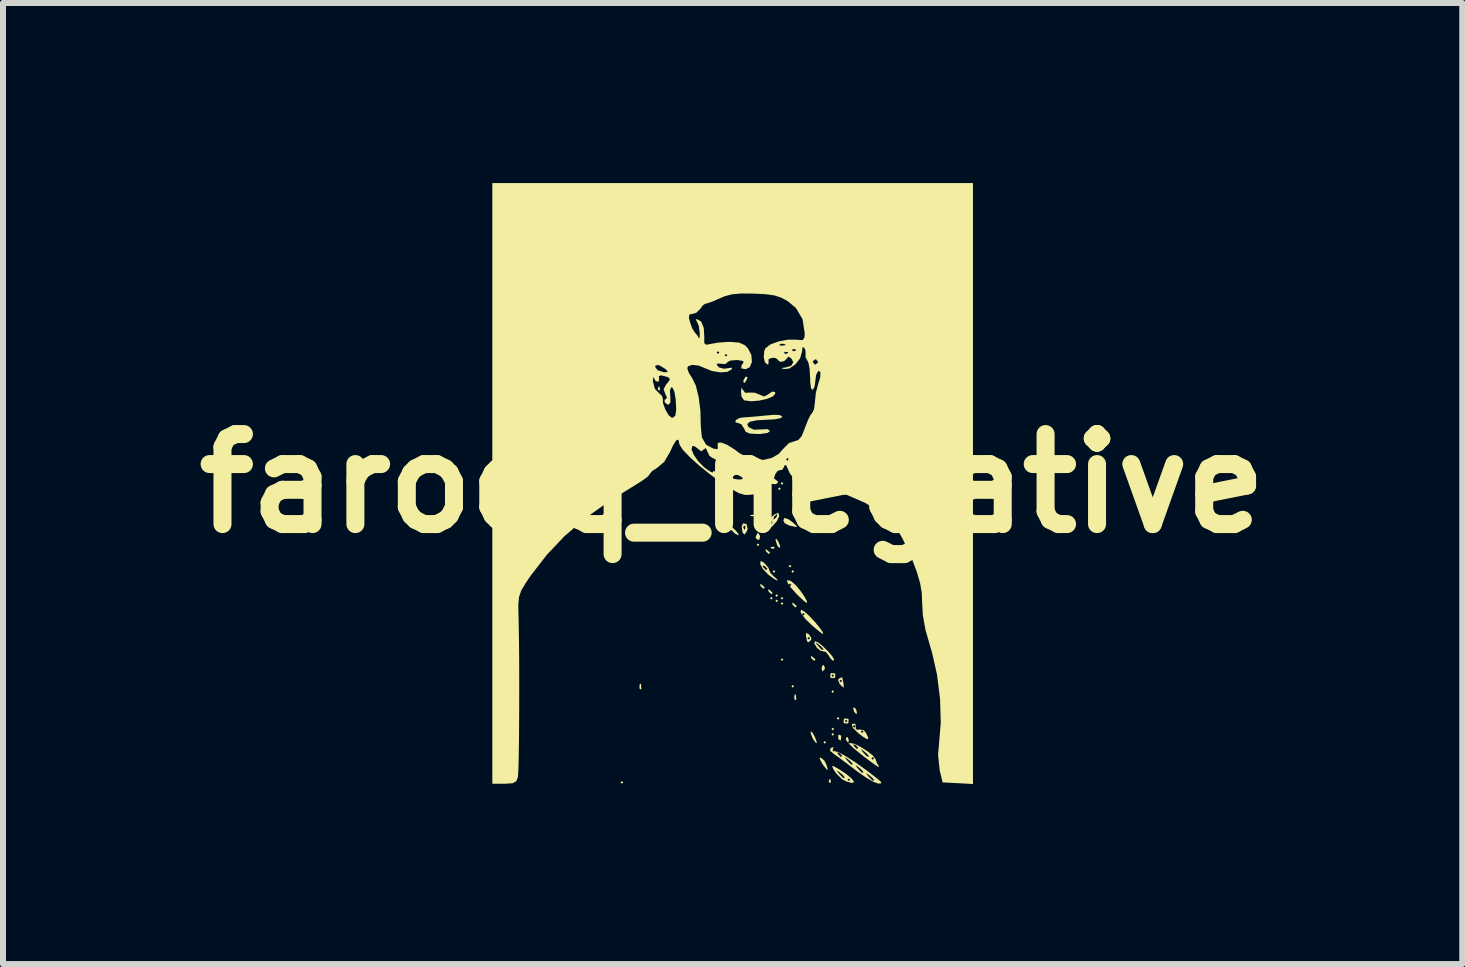
<source format=kicad_pcb>
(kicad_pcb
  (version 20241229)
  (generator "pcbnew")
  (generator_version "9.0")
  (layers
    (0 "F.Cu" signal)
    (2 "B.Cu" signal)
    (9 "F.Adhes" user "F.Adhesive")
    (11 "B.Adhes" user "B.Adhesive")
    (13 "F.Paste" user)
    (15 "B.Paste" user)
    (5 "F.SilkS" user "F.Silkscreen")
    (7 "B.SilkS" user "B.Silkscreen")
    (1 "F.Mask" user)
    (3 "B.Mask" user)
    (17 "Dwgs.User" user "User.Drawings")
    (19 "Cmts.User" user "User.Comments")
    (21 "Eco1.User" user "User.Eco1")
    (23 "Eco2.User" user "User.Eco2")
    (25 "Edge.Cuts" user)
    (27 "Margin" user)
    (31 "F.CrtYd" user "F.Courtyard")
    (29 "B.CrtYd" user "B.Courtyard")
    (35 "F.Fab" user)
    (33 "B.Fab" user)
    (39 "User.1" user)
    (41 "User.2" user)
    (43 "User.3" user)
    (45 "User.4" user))
  (footprint "farooq_negative"
    (layer "F.Cu")
    (at 9.157 5.004)
    (property "Reference" "farooq_negative" (at 0 0 0) (layer "F.SilkS") (effects (font (size 1.5 1.5) (thickness 0.3))))
    (attr board_only exclude_from_pos_files exclude_from_bom)
    (fp_poly (pts (xy -1.824 4.982) (xy -1.846 5.004) (xy -1.868 4.982) (xy -1.846 4.96)) (stroke (width 0) (type solid)) (fill yes) (layer "F.SilkS"))
    (fp_poly (pts (xy 0.445 1.023) (xy 0.423 1.045) (xy 0.4 1.023) (xy 0.423 1.001)) (stroke (width 0) (type solid)) (fill yes) (layer "F.SilkS"))
    (fp_poly (pts (xy 0.667 1.913) (xy 0.645 1.935) (xy 0.623 1.913) (xy 0.645 1.891)) (stroke (width 0) (type solid)) (fill yes) (layer "F.SilkS"))
    (fp_poly (pts (xy 0.712 1.468) (xy 0.689 1.49) (xy 0.667 1.468) (xy 0.689 1.446)) (stroke (width 0) (type solid)) (fill yes) (layer "F.SilkS"))
    (fp_poly (pts (xy 0.756 1.868) (xy 0.734 1.891) (xy 0.712 1.868) (xy 0.734 1.846)) (stroke (width 0) (type solid)) (fill yes) (layer "F.SilkS"))
    (fp_poly (pts (xy 0.756 1.957) (xy 0.734 1.98) (xy 0.712 1.957) (xy 0.734 1.935)) (stroke (width 0) (type solid)) (fill yes) (layer "F.SilkS"))
    (fp_poly (pts (xy 0.801 0.089) (xy 0.778 0.111) (xy 0.756 0.089) (xy 0.778 0.067)) (stroke (width 0) (type solid)) (fill yes) (layer "F.SilkS"))
    (fp_poly (pts (xy 0.845 0) (xy 0.823 0.022) (xy 0.801 0) (xy 0.823 -0.022)) (stroke (width 0) (type solid)) (fill yes) (layer "F.SilkS"))
    (fp_poly (pts (xy 0.845 1.913) (xy 0.823 1.935) (xy 0.801 1.913) (xy 0.823 1.891)) (stroke (width 0) (type solid)) (fill yes) (layer "F.SilkS"))
    (fp_poly (pts (xy 0.845 2.002) (xy 0.823 2.024) (xy 0.801 2.002) (xy 0.823 1.98)) (stroke (width 0) (type solid)) (fill yes) (layer "F.SilkS"))
    (fp_poly (pts (xy 0.845 2.936) (xy 0.823 2.958) (xy 0.801 2.936) (xy 0.823 2.914)) (stroke (width 0) (type solid)) (fill yes) (layer "F.SilkS"))
    (fp_poly (pts (xy 0.979 1.379) (xy 0.956 1.401) (xy 0.934 1.379) (xy 0.956 1.357)) (stroke (width 0) (type solid)) (fill yes) (layer "F.SilkS"))
    (fp_poly (pts (xy 1.023 1.468) (xy 1.001 1.49) (xy 0.979 1.468) (xy 1.001 1.446)) (stroke (width 0) (type solid)) (fill yes) (layer "F.SilkS"))
    (fp_poly (pts (xy 1.023 3.381) (xy 1.001 3.403) (xy 0.979 3.381) (xy 1.001 3.358)) (stroke (width 0) (type solid)) (fill yes) (layer "F.SilkS"))
    (fp_poly (pts (xy 1.557 4.315) (xy 1.535 4.337) (xy 1.512 4.315) (xy 1.535 4.293)) (stroke (width 0) (type solid)) (fill yes) (layer "F.SilkS"))
    (fp_poly (pts (xy 1.69 3.47) (xy 1.668 3.492) (xy 1.646 3.47) (xy 1.668 3.447)) (stroke (width 0) (type solid)) (fill yes) (layer "F.SilkS"))
    (fp_poly (pts (xy 1.69 4.092) (xy 1.668 4.115) (xy 1.646 4.092) (xy 1.668 4.07)) (stroke (width 0) (type solid)) (fill yes) (layer "F.SilkS"))
    (fp_poly (pts (xy 1.69 4.181) (xy 1.668 4.204) (xy 1.646 4.181) (xy 1.668 4.159)) (stroke (width 0) (type solid)) (fill yes) (layer "F.SilkS"))
    (fp_poly (pts (xy 1.779 3.915) (xy 1.757 3.937) (xy 1.735 3.915) (xy 1.757 3.892)) (stroke (width 0) (type solid)) (fill yes) (layer "F.SilkS"))
    (fp_poly (pts (xy 1.933 4.333) (xy 1.933 4.334) (xy 1.93 4.334) (xy 1.929 4.329)) (stroke (width 0) (type solid)) (fill yes) (layer "F.SilkS"))
    (fp_poly (pts (xy -1.527 3.35) (xy -1.521 3.42) (xy -1.53 3.435) (xy -1.55 3.422) (xy -1.553 3.377) (xy -1.543 3.33)) (stroke (width 0) (type solid)) (fill yes) (layer "F.SilkS"))
    (fp_poly (pts (xy -1.216 -1.609) (xy -1.211 -1.556) (xy -1.216 -1.55) (xy -1.242 -1.556) (xy -1.246 -1.579) (xy -1.229 -1.616)) (stroke (width 0) (type solid)) (fill yes) (layer "F.SilkS"))
    (fp_poly (pts (xy 0.411 0.527) (xy 0.417 0.543) (xy 0.356 0.549) (xy 0.293 0.542) (xy 0.3 0.527) (xy 0.391 0.521)) (stroke (width 0) (type solid)) (fill yes) (layer "F.SilkS"))
    (fp_poly (pts (xy 0.697 1.06) (xy 0.691 1.087) (xy 0.667 1.09) (xy 0.631 1.074) (xy 0.638 1.06) (xy 0.69 1.055)) (stroke (width 0) (type solid)) (fill yes) (layer "F.SilkS"))
    (fp_poly (pts (xy 1.054 3.528) (xy 1.059 3.598) (xy 1.05 3.613) (xy 1.03 3.6) (xy 1.027 3.555) (xy 1.037 3.507)) (stroke (width 0) (type solid)) (fill yes) (layer "F.SilkS"))
    (fp_poly (pts (xy 1.631 4.93) (xy 1.636 4.983) (xy 1.631 4.99) (xy 1.605 4.983) (xy 1.601 4.96) (xy 1.618 4.923)) (stroke (width 0) (type solid)) (fill yes) (layer "F.SilkS"))
    (fp_poly (pts (xy 0.247 -1.772) (xy 0.239 -1.737) (xy 0.203 -1.675) (xy 0.18 -1.685) (xy 0.178 -1.71) (xy 0.21 -1.77) (xy 0.222 -1.779)) (stroke (width 0) (type solid)) (fill yes) (layer "F.SilkS"))
    (fp_poly (pts (xy 0.482 1.686) (xy 0.53 1.727) (xy 0.534 1.737) (xy 0.513 1.756) (xy 0.469 1.715) (xy 0.463 1.706) (xy 0.458 1.675)) (stroke (width 0) (type solid)) (fill yes) (layer "F.SilkS"))
    (fp_poly (pts (xy 0.571 1.108) (xy 0.619 1.149) (xy 0.623 1.159) (xy 0.602 1.177) (xy 0.558 1.137) (xy 0.552 1.127) (xy 0.547 1.097)) (stroke (width 0) (type solid)) (fill yes) (layer "F.SilkS"))
    (fp_poly (pts (xy 0.616 1.775) (xy 0.664 1.82) (xy 0.654 1.846) (xy 0.648 1.846) (xy 0.61 1.814) (xy 0.596 1.795) (xy 0.591 1.764)) (stroke (width 0) (type solid)) (fill yes) (layer "F.SilkS"))
    (fp_poly (pts (xy 0.762 0.971) (xy 0.791 1.045) (xy 0.788 1.073) (xy 0.758 1.057) (xy 0.739 1.021) (xy 0.714 0.937) (xy 0.725 0.92)) (stroke (width 0) (type solid)) (fill yes) (layer "F.SilkS"))
    (fp_poly (pts (xy 1.016 1.998) (xy 1.064 2.039) (xy 1.068 2.049) (xy 1.046 2.067) (xy 1.003 2.026) (xy 0.997 2.017) (xy 0.991 1.987)) (stroke (width 0) (type solid)) (fill yes) (layer "F.SilkS"))
    (fp_poly (pts (xy 1.328 2.887) (xy 1.375 2.929) (xy 1.379 2.939) (xy 1.358 2.957) (xy 1.314 2.916) (xy 1.308 2.907) (xy 1.303 2.876)) (stroke (width 0) (type solid)) (fill yes) (layer "F.SilkS"))
    (fp_poly (pts (xy 1.521 3.03) (xy 1.539 3.081) (xy 1.533 3.095) (xy 1.496 3.134) (xy 1.483 3.088) (xy 1.483 3.071) (xy 1.502 3.027)) (stroke (width 0) (type solid)) (fill yes) (layer "F.SilkS"))
    (fp_poly (pts (xy 1.804 4.2) (xy 1.809 4.228) (xy 1.799 4.288) (xy 1.767 4.264) (xy 1.759 4.251) (xy 1.761 4.195) (xy 1.771 4.186)) (stroke (width 0) (type solid)) (fill yes) (layer "F.SilkS"))
    (fp_poly (pts (xy 1.917 4.229) (xy 1.937 4.282) (xy 1.928 4.303) (xy 1.929 4.329) (xy 1.887 4.272) (xy 1.885 4.267) (xy 1.898 4.225)) (stroke (width 0) (type solid)) (fill yes) (layer "F.SilkS"))
    (fp_poly (pts (xy 2.045 3.747) (xy 2.062 3.779) (xy 2.073 3.842) (xy 2.043 3.83) (xy 2.022 3.8) (xy 2.008 3.742) (xy 2.014 3.732)) (stroke (width 0) (type solid)) (fill yes) (layer "F.SilkS"))
    (fp_poly (pts (xy 0.447 0.857) (xy 0.458 0.882) (xy 0.447 0.934) (xy 0.423 0.942) (xy 0.383 0.91) (xy 0.387 0.882) (xy 0.415 0.829) (xy 0.423 0.823)) (stroke (width 0) (type solid)) (fill yes) (layer "F.SilkS"))
    (fp_poly (pts (xy 1.331 4.154) (xy 1.371 4.226) (xy 1.403 4.316) (xy 1.391 4.331) (xy 1.344 4.266) (xy 1.332 4.244) (xy 1.301 4.166) (xy 1.301 4.133)) (stroke (width 0) (type solid)) (fill yes) (layer "F.SilkS"))
    (fp_poly (pts (xy -0.024 0.718) (xy 0.044 0.778) (xy 0.096 0.841) (xy 0.096 0.867) (xy 0.096 0.867) (xy 0.041 0.838) (xy -0.022 0.778) (xy -0.071 0.714) (xy -0.074 0.689)) (stroke (width 0) (type solid)) (fill yes) (layer "F.SilkS"))
    (fp_poly (pts (xy 1.47 4.568) (xy 1.529 4.621) (xy 1.562 4.684) (xy 1.586 4.766) (xy 1.568 4.769) (xy 1.511 4.696) (xy 1.491 4.666) (xy 1.449 4.586) (xy 1.467 4.567)) (stroke (width 0) (type solid)) (fill yes) (layer "F.SilkS"))
    (fp_poly (pts (xy 0.926 0.596) (xy 0.932 0.599) (xy 0.99 0.64) (xy 1.045 0.689) (xy 1.074 0.725) (xy 1.059 0.728) (xy 1.01 0.716) (xy 0.945 0.703) (xy 0.867 0.663) (xy 0.845 0.618) (xy 0.862 0.576)) (stroke (width 0) (type solid)) (fill yes) (layer "F.SilkS"))
    (fp_poly (pts (xy 1.7 3.165) (xy 1.71 3.177) (xy 1.706 3.235) (xy 1.694 3.245) (xy 1.636 3.24) (xy 1.626 3.229) (xy 1.628 3.203) (xy 1.646 3.203) (xy 1.668 3.225) (xy 1.69 3.203) (xy 1.668 3.181) (xy 1.646 3.203) (xy 1.628 3.203) (xy 1.63 3.171) (xy 1.642 3.161)) (stroke (width 0) (type solid)) (fill yes) (layer "F.SilkS"))
    (fp_poly (pts (xy 1.923 3.921) (xy 1.933 3.933) (xy 1.928 3.991) (xy 1.917 4.001) (xy 1.858 3.997) (xy 1.848 3.985) (xy 1.85 3.959) (xy 1.868 3.959) (xy 1.891 3.981) (xy 1.913 3.959) (xy 1.891 3.937) (xy 1.868 3.959) (xy 1.85 3.959) (xy 1.853 3.927) (xy 1.865 3.917)) (stroke (width 0) (type solid)) (fill yes) (layer "F.SilkS"))
    (fp_poly (pts (xy 1.267 2.512) (xy 1.271 2.516) (xy 1.312 2.578) (xy 1.309 2.607) (xy 1.266 2.646) (xy 1.242 2.636) (xy 1.232 2.589) (xy 1.23 2.58) (xy 1.246 2.58) (xy 1.268 2.602) (xy 1.29 2.58) (xy 1.268 2.558) (xy 1.246 2.58) (xy 1.23 2.58) (xy 1.223 2.544) (xy 1.223 2.491)) (stroke (width 0) (type solid)) (fill yes) (layer "F.SilkS"))
    (fp_poly (pts (xy 1.827 3.234) (xy 1.846 3.329) (xy 1.851 3.394) (xy 1.848 3.403) (xy 1.813 3.374) (xy 1.783 3.34) (xy 1.763 3.292) (xy 1.779 3.292) (xy 1.802 3.314) (xy 1.824 3.292) (xy 1.802 3.27) (xy 1.779 3.292) (xy 1.763 3.292) (xy 1.756 3.274) (xy 1.777 3.249) (xy 1.823 3.231)) (stroke (width 0) (type solid)) (fill yes) (layer "F.SilkS"))
    (fp_poly (pts (xy 0.226 0.676) (xy 0.232 0.681) (xy 0.251 0.758) (xy 0.234 0.801) (xy 0.197 0.854) (xy 0.172 0.827) (xy 0.162 0.802) (xy 0.153 0.734) (xy 0.178 0.734) (xy 0.194 0.771) (xy 0.208 0.764) (xy 0.213 0.711) (xy 0.208 0.704) (xy 0.181 0.71) (xy 0.178 0.734) (xy 0.153 0.734) (xy 0.15 0.716) (xy 0.176 0.666)) (stroke (width 0) (type solid)) (fill yes) (layer "F.SilkS"))
    (fp_poly (pts (xy 0.96 1.623) (xy 0.985 1.637) (xy 1.049 1.693) (xy 1.124 1.783) (xy 1.192 1.88) (xy 1.236 1.959) (xy 1.239 1.994) (xy 1.202 1.971) (xy 1.124 1.901) (xy 1.069 1.847) (xy 0.967 1.733) (xy 0.948 1.704) (xy 0.956 1.713) (xy 0.979 1.69) (xy 0.956 1.668) (xy 0.937 1.688) (xy 0.912 1.651) (xy 0.908 1.611)) (stroke (width 0) (type solid)) (fill yes) (layer "F.SilkS"))
    (fp_poly (pts (xy 0.162 -1.574) (xy 0.164 -1.566) (xy 0.211 -1.508) (xy 0.268 -1.513) (xy 0.369 -1.511) (xy 0.441 -1.482) (xy 0.524 -1.448) (xy 0.585 -1.479) (xy 0.586 -1.48) (xy 0.658 -1.529) (xy 0.706 -1.522) (xy 0.712 -1.499) (xy 0.672 -1.45) (xy 0.572 -1.408) (xy 0.44 -1.379) (xy 0.306 -1.368) (xy 0.197 -1.383) (xy 0.189 -1.386) (xy 0.149 -1.442) (xy 0.139 -1.527) (xy 0.147 -1.595)) (stroke (width 0) (type solid)) (fill yes) (layer "F.SilkS"))
    (fp_poly (pts (xy 1.202 2.141) (xy 1.275 2.207) (xy 1.368 2.305) (xy 1.448 2.402) (xy 1.5 2.477) (xy 1.507 2.511) (xy 1.503 2.512) (xy 1.465 2.484) (xy 1.381 2.416) (xy 1.316 2.36) (xy 1.213 2.26) (xy 1.152 2.18) (xy 1.157 2.18) (xy 1.179 2.202) (xy 1.201 2.18) (xy 1.179 2.157) (xy 1.157 2.18) (xy 1.152 2.18) (xy 1.144 2.17) (xy 1.13 2.134) (xy 1.142 2.105)) (stroke (width 0) (type solid)) (fill yes) (layer "F.SilkS"))
    (fp_poly (pts (xy 0.506 1.311) (xy 0.539 1.34) (xy 0.598 1.408) (xy 0.61 1.448) (xy 0.634 1.499) (xy 0.689 1.552) (xy 0.745 1.603) (xy 0.749 1.622) (xy 0.698 1.597) (xy 0.611 1.533) (xy 0.589 1.515) (xy 0.504 1.426) (xy 0.473 1.369) (xy 0.496 1.369) (xy 0.507 1.394) (xy 0.552 1.442) (xy 0.578 1.432) (xy 0.578 1.426) (xy 0.547 1.388) (xy 0.527 1.375) (xy 0.496 1.369) (xy 0.473 1.369) (xy 0.461 1.348) (xy 0.46 1.337) (xy 0.468 1.292)) (stroke (width 0) (type solid)) (fill yes) (layer "F.SilkS"))
    (fp_poly (pts (xy 1.418 2.646) (xy 1.497 2.708) (xy 1.584 2.792) (xy 1.657 2.876) (xy 1.69 2.934) (xy 1.69 2.937) (xy 1.672 2.958) (xy 1.628 2.914) (xy 1.601 2.868) (xy 1.55 2.806) (xy 1.516 2.8) (xy 1.463 2.788) (xy 1.404 2.739) (xy 1.361 2.666) (xy 1.366 2.647) (xy 1.382 2.647) (xy 1.393 2.67) (xy 1.418 2.702) (xy 1.483 2.772) (xy 1.512 2.771) (xy 1.512 2.763) (xy 1.482 2.726) (xy 1.435 2.686) (xy 1.382 2.647) (xy 1.366 2.647) (xy 1.372 2.629)) (stroke (width 0) (type solid)) (fill yes) (layer "F.SilkS"))
    (fp_poly (pts (xy 0.763 0.493) (xy 0.776 0.546) (xy 0.737 0.629) (xy 0.659 0.717) (xy 0.636 0.735) (xy 0.583 0.773) (xy 0.593 0.755) (xy 0.612 0.734) (xy 0.662 0.659) (xy 0.657 0.621) (xy 0.603 0.64) (xy 0.589 0.649) (xy 0.564 0.66) (xy 0.595 0.616) (xy 0.611 0.598) (xy 0.678 0.598) (xy 0.684 0.601) (xy 0.725 0.569) (xy 0.734 0.556) (xy 0.745 0.514) (xy 0.739 0.512) (xy 0.699 0.543) (xy 0.689 0.556) (xy 0.678 0.598) (xy 0.611 0.598) (xy 0.618 0.589) (xy 0.697 0.517) (xy 0.756 0.491)) (stroke (width 0) (type solid)) (fill yes) (layer "F.SilkS"))
    (fp_poly (pts (xy 0.783 -1.139) (xy 0.83 -1.112) (xy 0.799 -1.086) (xy 0.698 -1.067) (xy 0.602 -1.062) (xy 0.403 -1.051) (xy 0.285 -1.027) (xy 0.243 -0.988) (xy 0.265 -0.937) (xy 0.356 -0.894) (xy 0.47 -0.899) (xy 0.583 -0.904) (xy 0.623 -0.873) (xy 0.582 -0.841) (xy 0.471 -0.824) (xy 0.418 -0.823) (xy 0.287 -0.83) (xy 0.219 -0.859) (xy 0.191 -0.912) (xy 0.146 -0.984) (xy 0.106 -1.001) (xy 0.046 -1.018) (xy 0.052 -1.054) (xy 0.11 -1.087) (xy 0.167 -1.098) (xy 0.322 -1.109) (xy 0.526 -1.128) (xy 0.686 -1.143)) (stroke (width 0) (type solid)) (fill yes) (layer "F.SilkS"))
    (fp_poly (pts (xy 2.052 4.074) (xy 2.05 4.087) (xy 2.076 4.107) (xy 2.11 4.1) (xy 2.185 4.113) (xy 2.227 4.165) (xy 2.262 4.247) (xy 2.243 4.264) (xy 2.166 4.218) (xy 2.095 4.163) (xy 2.069 4.137) (xy 2.135 4.137) (xy 2.157 4.159) (xy 2.18 4.137) (xy 2.157 4.115) (xy 2.135 4.137) (xy 2.069 4.137) (xy 2.002 4.072) (xy 1.995 4.048) (xy 2.002 4.048) (xy 2.024 4.07) (xy 2.046 4.048) (xy 2.024 4.026) (xy 2.002 4.048) (xy 1.995 4.048) (xy 1.986 4.016) (xy 1.995 4.008) (xy 2.045 4.003)) (stroke (width 0) (type solid)) (fill yes) (layer "F.SilkS"))
    (fp_poly (pts (xy 1.742 4.745) (xy 1.778 4.766) (xy 1.892 4.842) (xy 1.978 4.914) (xy 1.983 4.919) (xy 2.023 4.973) (xy 1.998 4.989) (xy 1.979 4.99) (xy 1.891 4.965) (xy 1.841 4.938) (xy 1.913 4.938) (xy 1.935 4.96) (xy 1.957 4.938) (xy 1.935 4.915) (xy 1.913 4.938) (xy 1.841 4.938) (xy 1.823 4.928) (xy 1.73 4.838) (xy 1.692 4.782) (xy 1.738 4.782) (xy 1.749 4.805) (xy 1.774 4.838) (xy 1.839 4.907) (xy 1.868 4.906) (xy 1.868 4.899) (xy 1.838 4.861) (xy 1.79 4.821) (xy 1.738 4.782) (xy 1.692 4.782) (xy 1.686 4.775) (xy 1.658 4.717) (xy 1.672 4.707)) (stroke (width 0) (type solid)) (fill yes) (layer "F.SilkS"))
    (fp_poly (pts (xy 2.028 4.339) (xy 2.131 4.39) (xy 2.244 4.461) (xy 2.336 4.534) (xy 2.38 4.591) (xy 2.381 4.595) (xy 2.402 4.657) (xy 2.417 4.682) (xy 2.438 4.718) (xy 2.432 4.727) (xy 2.388 4.7) (xy 2.294 4.632) (xy 2.227 4.582) (xy 2.313 4.582) (xy 2.335 4.604) (xy 2.358 4.582) (xy 2.335 4.56) (xy 2.313 4.582) (xy 2.227 4.582) (xy 2.16 4.531) (xy 2.031 4.426) (xy 2.138 4.426) (xy 2.149 4.449) (xy 2.174 4.482) (xy 2.239 4.551) (xy 2.268 4.551) (xy 2.269 4.543) (xy 2.238 4.506) (xy 2.191 4.465) (xy 2.138 4.426) (xy 2.031 4.426) (xy 2.03 4.426) (xy 1.95 4.35) (xy 2.009 4.35) (xy 2.02 4.375) (xy 2.065 4.422) (xy 2.09 4.413) (xy 2.091 4.406) (xy 2.059 4.369) (xy 2.039 4.355) (xy 2.009 4.35) (xy 1.95 4.35) (xy 1.933 4.334) (xy 1.963 4.327)) (stroke (width 0) (type solid)) (fill yes) (layer "F.SilkS"))
    (fp_poly (pts (xy 1.671 4.422) (xy 1.668 4.463) (xy 1.701 4.462) (xy 1.768 4.481) (xy 1.888 4.547) (xy 2.046 4.649) (xy 2.227 4.778) (xy 2.402 4.913) (xy 2.472 4.974) (xy 2.475 4.998) (xy 2.424 5.001) (xy 2.348 4.974) (xy 2.227 4.904) (xy 2.116 4.827) (xy 2.227 4.827) (xy 2.238 4.85) (xy 2.263 4.882) (xy 2.328 4.951) (xy 2.357 4.951) (xy 2.358 4.943) (xy 2.327 4.906) (xy 2.28 4.865) (xy 2.227 4.827) (xy 2.116 4.827) (xy 2.086 4.806) (xy 2.063 4.789) (xy 1.938 4.693) (xy 2.049 4.693) (xy 2.06 4.716) (xy 2.085 4.749) (xy 2.15 4.818) (xy 2.179 4.817) (xy 2.18 4.81) (xy 2.149 4.773) (xy 2.102 4.732) (xy 2.049 4.693) (xy 1.938 4.693) (xy 1.917 4.677) (xy 1.785 4.579) (xy 1.759 4.56) (xy 1.871 4.56) (xy 1.882 4.583) (xy 1.907 4.615) (xy 1.972 4.684) (xy 2.001 4.684) (xy 2.002 4.676) (xy 1.971 4.639) (xy 1.924 4.598) (xy 1.871 4.56) (xy 1.759 4.56) (xy 1.694 4.514) (xy 1.688 4.51) (xy 1.657 4.483) (xy 1.742 4.483) (xy 1.753 4.508) (xy 1.798 4.556) (xy 1.823 4.546) (xy 1.824 4.54) (xy 1.792 4.502) (xy 1.772 4.489) (xy 1.742 4.483) (xy 1.657 4.483) (xy 1.622 4.454) (xy 1.631 4.414) (xy 1.645 4.405) (xy 1.683 4.392)) (stroke (width 0) (type solid)) (fill yes) (layer "F.SilkS"))
    (fp_poly (pts (xy 4.004 0.002) (xy 4.004 5.009) (xy 3.751 4.995) (xy 3.499 4.982) (xy 3.45 4.782) (xy 3.423 4.518) (xy 3.439 4.337) (xy 3.468 3.984) (xy 3.456 3.589) (xy 3.405 3.185) (xy 3.32 2.809) (xy 3.296 2.731) (xy 3.213 2.441) (xy 3.169 2.196) (xy 3.158 1.998) (xy 3.151 1.822) (xy 3.123 1.659) (xy 3.069 1.476) (xy 2.996 1.282) (xy 2.911 1.085) (xy 2.821 0.902) (xy 2.738 0.761) (xy 2.706 0.717) (xy 2.49 0.506) (xy 2.213 0.327) (xy 1.864 0.175) (xy 1.519 0.067) (xy 1.295 0.004) (xy 1.141 -0.043) (xy 1.043 -0.083) (xy 0.984 -0.124) (xy 0.949 -0.173) (xy 0.93 -0.218) (xy 0.892 -0.301) (xy 0.867 -0.304) (xy 0.858 -0.277) (xy 0.825 -0.223) (xy 0.8 -0.223) (xy 0.752 -0.209) (xy 0.712 -0.157) (xy 0.688 -0.083) (xy 0.71 -0.067) (xy 0.754 -0.032) (xy 0.756 -0.017) (xy 0.721 0.014) (xy 0.667 0.009) (xy 0.596 0.012) (xy 0.578 0.069) (xy 0.537 0.134) (xy 0.424 0.177) (xy 0.255 0.193) (xy 0.2 0.191) (xy 0.101 0.161) (xy -0.04 0.084) (xy -0.208 -0.027) (xy -0.386 -0.158) (xy -0.559 -0.298) (xy -0.71 -0.434) (xy -0.824 -0.553) (xy -0.833 -0.566) (xy -0.685 -0.566) (xy -0.647 -0.475) (xy -0.573 -0.368) (xy -0.475 -0.269) (xy -0.437 -0.239) (xy -0.358 -0.189) (xy -0.325 -0.182) (xy -0.329 -0.193) (xy -0.318 -0.207) (xy -0.251 -0.178) (xy -0.215 -0.157) (xy -0.121 -0.114) (xy -0.012 -0.082) (xy 0.088 -0.065) (xy 0.156 -0.067) (xy 0.167 -0.091) (xy 0.159 -0.1) (xy 0.092 -0.138) (xy 0.085 -0.139) (xy 0.003 -0.15) (xy 0.000342 -0.15) (xy -0.055 -0.184) (xy -0.138 -0.263) (xy -0.163 -0.289) (xy -0.251 -0.374) (xy -0.323 -0.42) (xy -0.336 -0.423) (xy -0.388 -0.46) (xy -0.417 -0.523) (xy -0.446 -0.587) (xy -0.48 -0.568) (xy -0.482 -0.565) (xy -0.523 -0.533) (xy -0.576 -0.576) (xy -0.639 -0.621) (xy -0.672 -0.62) (xy -0.685 -0.566) (xy -0.833 -0.566) (xy -0.884 -0.643) (xy -0.89 -0.667) (xy -0.904 -0.73) (xy -0.941 -0.715) (xy -0.996 -0.627) (xy -1.039 -0.532) (xy -1.138 -0.361) (xy -1.251 -0.264) (xy -1.339 -0.207) (xy -1.379 -0.159) (xy -1.379 -0.156) (xy -1.414 -0.113) (xy -1.506 -0.045) (xy -1.59 0.008) (xy -2.062 0.3) (xy -2.461 0.586) (xy -2.801 0.879) (xy -3.097 1.191) (xy -3.363 1.535) (xy -3.45 1.663) (xy -3.522 1.784) (xy -3.559 1.893) (xy -3.571 2.027) (xy -3.569 2.152) (xy -3.564 2.36) (xy -3.56 2.616) (xy -3.557 2.907) (xy -3.556 3.22) (xy -3.556 3.541) (xy -3.557 3.857) (xy -3.559 4.154) (xy -3.562 4.419) (xy -3.566 4.639) (xy -3.571 4.8) (xy -3.577 4.889) (xy -3.578 4.898) (xy -3.607 4.965) (xy -3.667 4.996) (xy -3.786 5.004) (xy -3.804 5.004) (xy -4.004 5.004) (xy -4.004 0) (xy -4.004 -1.704) (xy -1.329 -1.704) (xy -1.297 -1.577) (xy -1.244 -1.521) (xy -1.179 -1.459) (xy -1.164 -1.418) (xy -1.16 -1.336) (xy -1.121 -1.23) (xy -1.067 -1.137) (xy -1.012 -1.091) (xy -1.006 -1.09) (xy -0.955 -1.127) (xy -0.94 -1.234) (xy -0.949 -1.399) (xy -0.97 -1.526) (xy -1.001 -1.595) (xy -1.025 -1.6) (xy -1.045 -1.544) (xy -1.038 -1.444) (xy -1.037 -1.348) (xy -1.071 -1.308) (xy -1.122 -1.34) (xy -1.134 -1.357) (xy -1.131 -1.398) (xy -1.114 -1.401) (xy -1.094 -1.43) (xy -1.121 -1.488) (xy -1.15 -1.567) (xy -1.113 -1.642) (xy -1.097 -1.66) (xy -1.046 -1.725) (xy -1.058 -1.758) (xy -1.092 -1.774) (xy -1.19 -1.8) (xy -1.232 -1.786) (xy -1.225 -1.76) (xy -1.23 -1.703) (xy -1.241 -1.693) (xy -1.285 -1.706) (xy -1.304 -1.745) (xy -1.32 -1.773) (xy -1.329 -1.714) (xy -1.329 -1.704) (xy -4.004 -1.704) (xy -4.004 -1.939) (xy -1.29 -1.939) (xy -1.25 -1.885) (xy -1.15 -1.854) (xy -1.112 -1.851) (xy -1.079 -1.862) (xy -1.12 -1.905) (xy -1.132 -1.914) (xy -1.14 -1.919) (xy -0.756 -1.919) (xy -0.73 -1.842) (xy -0.673 -1.752) (xy -0.613 -1.628) (xy -0.566 -1.439) (xy -0.537 -1.211) (xy -0.531 -0.968) (xy -0.531 -0.956) (xy -0.513 -0.768) (xy -0.443 -0.645) (xy -0.323 -0.58) (xy -0.252 -0.569) (xy -0.245 -0.607) (xy -0.25 -0.62) (xy -0.248 -0.675) (xy -0.19 -0.681) (xy -0.09 -0.642) (xy 0.037 -0.562) (xy 0.111 -0.505) (xy 0.296 -0.407) (xy 0.508 -0.391) (xy 0.55 -0.4) (xy 0.89 -0.4) (xy 0.912 -0.378) (xy 0.934 -0.4) (xy 0.912 -0.423) (xy 0.89 -0.4) (xy 0.55 -0.4) (xy 0.654 -0.425) (xy 0.769 -0.492) (xy 0.845 -0.578) (xy 0.936 -0.67) (xy 1.018 -0.698) (xy 1.095 -0.723) (xy 1.151 -0.789) (xy 1.203 -0.919) (xy 1.206 -0.928) (xy 1.256 -1.057) (xy 1.303 -1.149) (xy 1.324 -1.172) (xy 1.355 -1.232) (xy 1.37 -1.341) (xy 1.371 -1.357) (xy 1.386 -1.506) (xy 1.42 -1.638) (xy 1.459 -1.766) (xy 1.464 -1.85) (xy 1.437 -1.874) (xy 1.423 -1.868) (xy 1.391 -1.808) (xy 1.379 -1.713) (xy 1.365 -1.611) (xy 1.335 -1.557) (xy 1.308 -1.58) (xy 1.293 -1.681) (xy 1.29 -1.774) (xy 1.282 -1.915) (xy 1.261 -2.016) (xy 1.257 -2.024) (xy 1.335 -2.024) (xy 1.368 -1.981) (xy 1.379 -1.98) (xy 1.422 -2.013) (xy 1.423 -2.024) (xy 1.39 -2.067) (xy 1.379 -2.068) (xy 1.336 -2.035) (xy 1.335 -2.024) (xy 1.257 -2.024) (xy 1.243 -2.048) (xy 1.212 -2.109) (xy 1.216 -2.133) (xy 1.213 -2.216) (xy 1.198 -2.25) (xy 1.168 -2.275) (xy 1.158 -2.22) (xy 1.157 -2.199) (xy 1.125 -2.085) (xy 1.045 -1.982) (xy 0.945 -1.914) (xy 0.86 -1.904) (xy 0.812 -1.92) (xy 0.848 -1.928) (xy 0.876 -1.93) (xy 0.975 -1.959) (xy 1.011 -2.019) (xy 0.978 -2.083) (xy 0.926 -2.112) (xy 0.903 -2.08) (xy 0.857 -2.036) (xy 0.794 -2.025) (xy 0.757 -2.052) (xy 0.756 -2.059) (xy 0.719 -2.087) (xy 0.666 -2.094) (xy 0.601 -2.072) (xy 0.598 -2.037) (xy 0.597 -1.985) (xy 0.582 -1.98) (xy 0.538 -2.017) (xy 0.518 -2.103) (xy 0.525 -2.187) (xy 0.86 -2.187) (xy 0.866 -2.161) (xy 0.89 -2.157) (xy 0.926 -2.174) (xy 0.919 -2.187) (xy 0.867 -2.192) (xy 0.86 -2.187) (xy 0.525 -2.187) (xy 0.526 -2.203) (xy 0.539 -2.232) (xy 0.993 -2.232) (xy 1 -2.205) (xy 1.023 -2.202) (xy 1.06 -2.218) (xy 1.053 -2.232) (xy 1 -2.237) (xy 0.993 -2.232) (xy 0.539 -2.232) (xy 0.546 -2.25) (xy 0.612 -2.302) (xy 0.776 -2.302) (xy 0.819 -2.294) (xy 0.877 -2.303) (xy 0.878 -2.318) (xy 0.818 -2.328) (xy 0.792 -2.321) (xy 0.776 -2.302) (xy 0.612 -2.302) (xy 0.627 -2.314) (xy 0.764 -2.365) (xy 0.922 -2.394) (xy 1.07 -2.394) (xy 1.088 -2.391) (xy 1.168 -2.387) (xy 1.197 -2.432) (xy 1.201 -2.501) (xy 1.165 -2.736) (xy 1.055 -2.922) (xy 0.919 -3.035) (xy 0.809 -3.095) (xy 0.695 -3.132) (xy 0.549 -3.152) (xy 0.357 -3.162) (xy 0.147 -3.164) (xy -0.005 -3.151) (xy -0.129 -3.119) (xy -0.222 -3.08) (xy -0.344 -3.027) (xy -0.432 -2.997) (xy -0.455 -2.994) (xy -0.498 -2.966) (xy -0.534 -2.913) (xy -0.606 -2.842) (xy -0.666 -2.825) (xy -0.72 -2.813) (xy -0.729 -2.763) (xy -0.709 -2.683) (xy -0.671 -2.578) (xy -0.632 -2.518) (xy -0.63 -2.516) (xy -0.581 -2.455) (xy -0.567 -2.424) (xy -0.552 -2.418) (xy -0.548 -2.484) (xy -0.549 -2.513) (xy -0.565 -2.627) (xy -0.596 -2.698) (xy -0.601 -2.702) (xy -0.614 -2.731) (xy -0.591 -2.735) (xy -0.524 -2.696) (xy -0.481 -2.59) (xy -0.472 -2.439) (xy -0.472 -2.436) (xy -0.473 -2.339) (xy -0.442 -2.309) (xy -0.363 -2.324) (xy -0.244 -2.345) (xy -0.089 -2.357) (xy -0.038 -2.357) (xy 0.108 -2.346) (xy 0.203 -2.303) (xy 0.254 -2.252) (xy 0.312 -2.139) (xy 0.321 -2.024) (xy 0.285 -1.936) (xy 0.219 -1.902) (xy 0.144 -1.916) (xy 0.147 -1.969) (xy 0.178 -2.006) (xy 0.176 -2.039) (xy 0.087 -2.054) (xy 0.067 -2.055) (xy -0.036 -2.047) (xy -0.088 -2.02) (xy -0.089 -2.014) (xy -0.124 -1.988) (xy -0.178 -1.992) (xy -0.249 -1.997) (xy -0.267 -1.98) (xy -0.23 -1.933) (xy -0.145 -1.91) (xy -0.059 -1.922) (xy -0.009 -1.928) (xy -0.018 -1.898) (xy -0.088 -1.858) (xy -0.207 -1.85) (xy -0.343 -1.872) (xy -0.445 -1.913) (xy -0.567 -1.963) (xy -0.675 -1.975) (xy -0.744 -1.95) (xy -0.756 -1.919) (xy -1.14 -1.919) (xy -1.231 -1.972) (xy -1.284 -1.965) (xy -1.29 -1.939) (xy -4.004 -1.939) (xy -4.004 -2.135) (xy -0.133 -2.135) (xy -0.111 -2.113) (xy -0.089 -2.135) (xy -0.111 -2.157) (xy -0.133 -2.135) (xy -4.004 -2.135) (xy -4.004 -2.18) (xy -0.267 -2.18) (xy -0.245 -2.157) (xy -0.222 -2.18) (xy -0.245 -2.202) (xy -0.267 -2.18) (xy -4.004 -2.18) (xy -4.004 -5.004) (xy -0.000001 -5.004) (xy 4.004 -5.004)) (stroke (width 0) (type solid)) (fill yes) (layer "F.SilkS")))
  (gr_rect
    (start -3 -3)
    (end 21.314 13.013)
    (stroke (width 0.1) (type default))
    (fill no)
    (layer "Edge.Cuts")))
</source>
